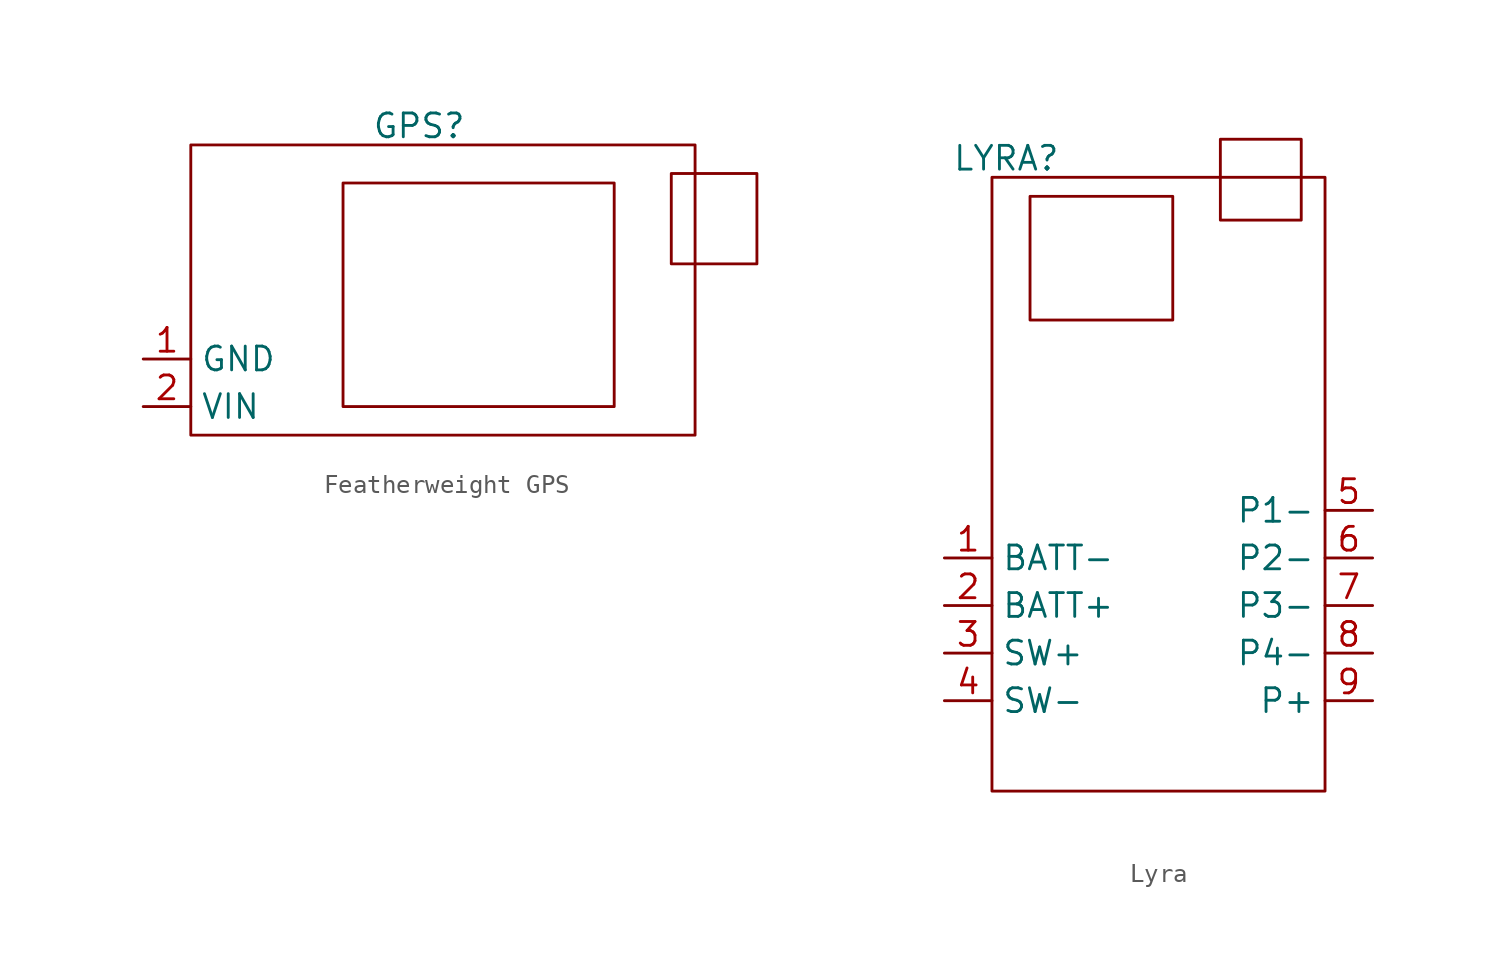
<source format=kicad_sym>
(kicad_symbol_lib
  (version 20231120)
  (generator "kicad_symbol_editor")
  (generator_version "8.0")
  (symbol "Featherweight GPS"
    (property "Reference" "GPS"
      (at -5.588 1.016 0)
      (effects (font (size 1.27 1.27))))
    (property "Value" ""
      (at 0 0 0)
      (effects (font (size 1.27 1.27))))
    (symbol "Featherweight GPS_0_1"
      (rectangle (start -17.78 0) (end 9.144 -15.494) (stroke (width 0) (type default)) (fill (type none)))
      (rectangle (start -9.652 -2.032) (end 4.826 -13.97) (stroke (width 0) (type default)) (fill (type none)))
      (rectangle (start 7.874 -1.524) (end 12.446 -6.35) (stroke (width 0) (type default)) (fill (type none))))
    (symbol "Featherweight GPS_1_1"
      (pin input line (at -20.32 -11.43 0) (length 2.54) (name "GND" (effects (font (size 1.27 1.27)))) (number "1" (effects (font (size 1.27 1.27)))))
      (pin input line (at -20.32 -13.97 0) (length 2.54) (name "VIN" (effects (font (size 1.27 1.27)))) (number "2" (effects (font (size 1.27 1.27)))))))
  (symbol "Lyra"
    (property "Reference" "LYRA"
      (at -5.588 1.016 0)
      (effects (font (size 1.27 1.27))))
    (property "Value" ""
      (at 0 0 0)
      (effects (font (size 1.27 1.27))))
    (symbol "Lyra_0_1"
      (rectangle (start -6.35 0) (end 11.43 -32.766) (stroke (width 0) (type default)) (fill (type none)))
      (rectangle (start -4.318 -1.016) (end 3.302 -7.62) (stroke (width 0) (type default)) (fill (type none)))
      (rectangle (start 5.842 2.032) (end 10.16 -2.286) (stroke (width 0) (type default)) (fill (type none))))
    (symbol "Lyra_1_1"
      (pin input line (at -8.89 -20.32 0) (length 2.54) (name "BATT-" (effects (font (size 1.27 1.27)))) (number "1" (effects (font (size 1.27 1.27)))))
      (pin input line (at -8.89 -22.86 0) (length 2.54) (name "BATT+" (effects (font (size 1.27 1.27)))) (number "2" (effects (font (size 1.27 1.27)))))
      (pin input line (at -8.89 -25.4 0) (length 2.54) (name "SW+" (effects (font (size 1.27 1.27)))) (number "3" (effects (font (size 1.27 1.27)))))
      (pin input line (at -8.89 -27.94 0) (length 2.54) (name "SW-" (effects (font (size 1.27 1.27)))) (number "4" (effects (font (size 1.27 1.27)))))
      (pin input line (at 13.97 -17.78 180) (length 2.54) (name "P1-" (effects (font (size 1.27 1.27)))) (number "5" (effects (font (size 1.27 1.27)))))
      (pin input line (at 13.97 -20.32 180) (length 2.54) (name "P2-" (effects (font (size 1.27 1.27)))) (number "6" (effects (font (size 1.27 1.27)))))
      (pin input line (at 13.97 -22.86 180) (length 2.54) (name "P3-" (effects (font (size 1.27 1.27)))) (number "7" (effects (font (size 1.27 1.27)))))
      (pin input line (at 13.97 -25.4 180) (length 2.54) (name "P4-" (effects (font (size 1.27 1.27)))) (number "8" (effects (font (size 1.27 1.27)))))
      (pin input line (at 13.97 -27.94 180) (length 2.54) (name "P+" (effects (font (size 1.27 1.27)))) (number "9" (effects (font (size 1.27 1.27))))))))
</source>
